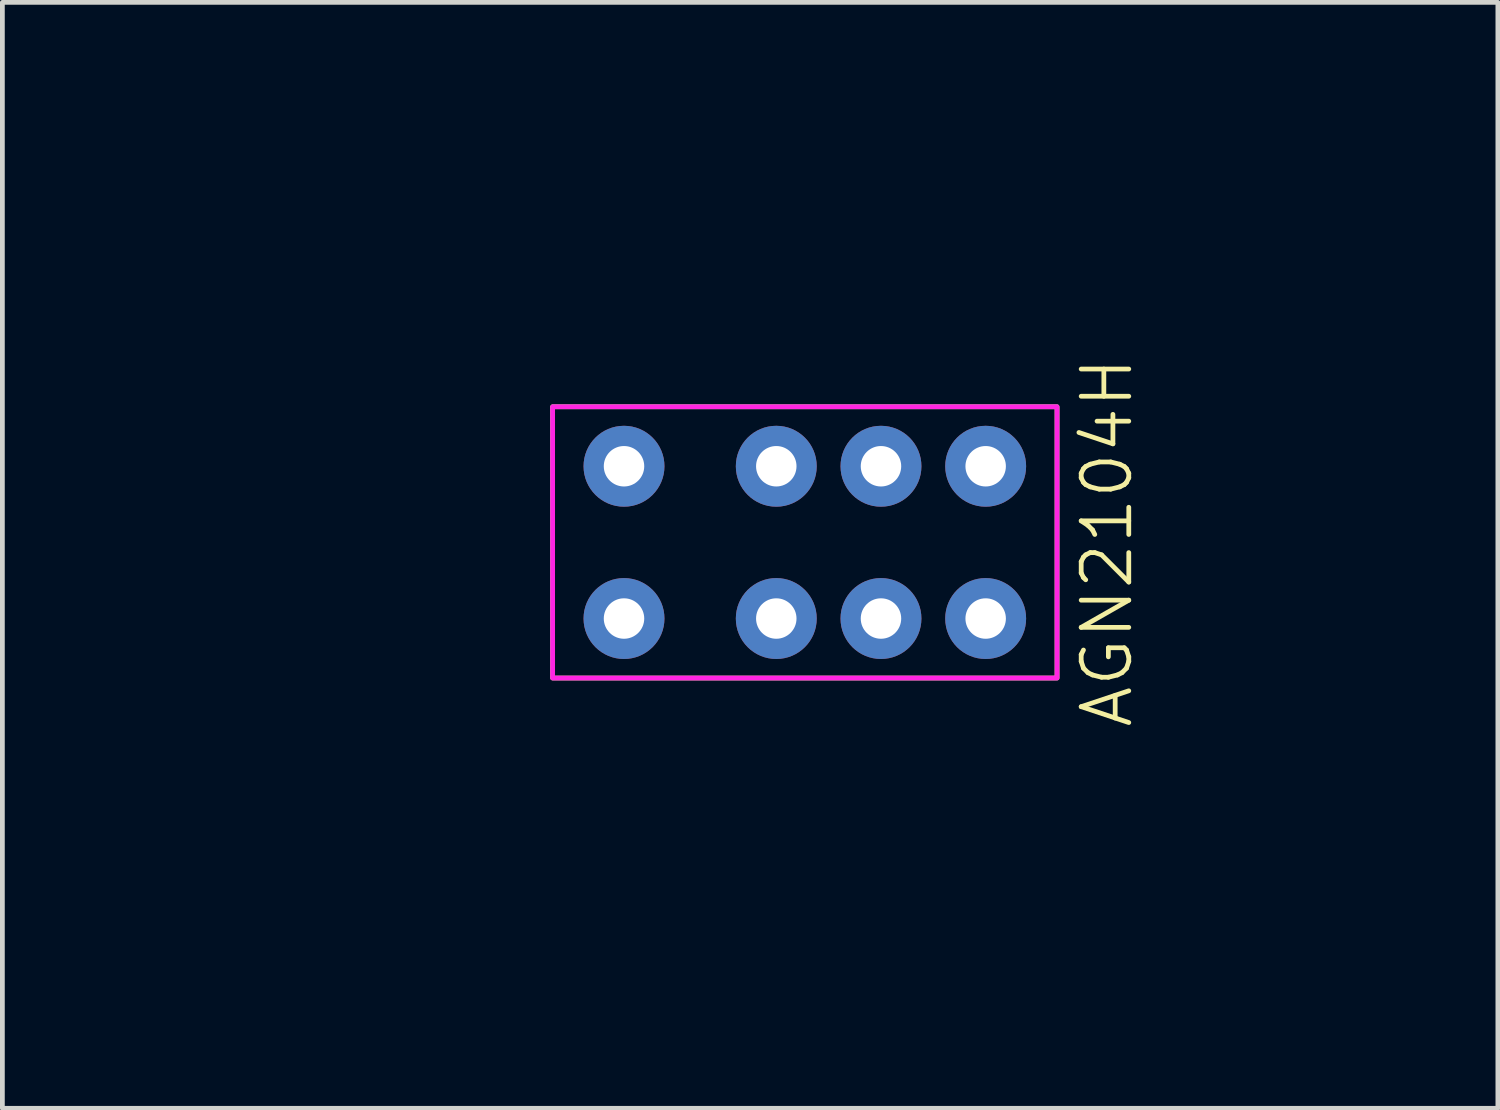
<source format=kicad_pcb>
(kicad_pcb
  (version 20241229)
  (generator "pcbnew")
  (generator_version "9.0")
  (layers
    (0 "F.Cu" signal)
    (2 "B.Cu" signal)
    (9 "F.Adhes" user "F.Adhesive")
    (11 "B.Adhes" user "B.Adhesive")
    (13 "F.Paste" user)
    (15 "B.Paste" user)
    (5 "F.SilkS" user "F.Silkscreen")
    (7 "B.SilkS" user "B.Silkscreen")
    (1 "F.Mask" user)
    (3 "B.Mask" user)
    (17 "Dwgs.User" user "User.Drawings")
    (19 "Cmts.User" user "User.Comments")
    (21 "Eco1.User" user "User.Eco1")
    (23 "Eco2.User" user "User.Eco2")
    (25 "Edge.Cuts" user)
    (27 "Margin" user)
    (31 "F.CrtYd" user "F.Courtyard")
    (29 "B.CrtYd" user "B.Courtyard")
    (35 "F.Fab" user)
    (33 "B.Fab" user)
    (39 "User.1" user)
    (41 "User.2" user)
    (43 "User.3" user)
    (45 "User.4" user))
  (footprint "AGN2104H"
    (layer "F.Cu")
    (at 13.863 8.348)
    (property "Reference" "AGN2104H" (at 6.35 0 90) (unlocked yes) (layer "F.SilkS") (effects (font (size 1 1) (thickness 0.1))))
    (attr through_hole)
    (fp_rect (start -5.3 -2.85) (end 5.3 2.85) (stroke (width 0.1) (type default)) (fill no) (layer "F.SilkS"))
    (fp_rect (start -5.3 -2.85) (end 5.3 2.85) (stroke (width 0.1) (type default)) (fill no) (layer "F.CrtYd"))
    (dimension (type orthogonal) (layer "User.3") (pts (xy 13.263 6.748) (xy 15.463 6.748)) (height -2.21) (orientation 0) (format (prefix "") (suffix "") (units 3) (units_format 1) (precision 4)) (style (thickness 0.1) (arrow_length 1.27) (text_position_mode 0) (arrow_direction outward) (extension_height 0.586) (extension_offset 0.5) (keep_text_aligned yes)) (gr_text "2.2000 mm" (at 14.363 3.388 0) (layer "User.3") (effects (font (size 1 1) (thickness 0.15)))))
    (dimension (type orthogonal) (layer "User.3") (pts (xy 15.463 9.948) (xy 17.663 9.948)) (height 6.655) (orientation 0) (format (prefix "") (suffix "") (units 3) (units_format 1) (precision 4)) (style (thickness 0.1) (arrow_length 1.27) (text_position_mode 0) (arrow_direction outward) (extension_height 0.586) (extension_offset 0.5) (keep_text_aligned yes)) (gr_text "2.2000 mm" (at 16.563 15.453 0) (layer "User.3") (effects (font (size 1 1) (thickness 0.15)))))
    (dimension (type orthogonal) (layer "User.3") (pts (xy 10.063 9.948) (xy 13.263 9.948)) (height 3.48) (orientation 0) (format (prefix "") (suffix "") (units 3) (units_format 1) (precision 4)) (style (thickness 0.1) (arrow_length 1.27) (text_position_mode 0) (arrow_direction outward) (extension_height 0.586) (extension_offset 0.5) (keep_text_aligned yes)) (gr_text "3.2000 mm" (at 11.663 12.278 0) (layer "User.3") (effects (font (size 1 1) (thickness 0.15)))))
    (dimension (type orthogonal) (layer "User.3") (pts (xy 8.563 5.498) (xy 19.163 5.498)) (height -3.5) (orientation 0) (format (prefix "") (suffix "") (units 3) (units_format 1) (precision 4)) (style (thickness 0.1) (arrow_length 1.27) (text_position_mode 0) (arrow_direction outward) (extension_height 0.586) (extension_offset 0.5) (keep_text_aligned yes)) (gr_text "10.6000 mm" (at 13.863 0.848 0) (layer "User.3") (effects (font (size 1 1) (thickness 0.15)))))
    (dimension (type orthogonal) (layer "User.3") (pts (xy 17.663 6.748) (xy 17.663 9.948)) (height 4.455) (orientation 1) (format (prefix "") (suffix "") (units 3) (units_format 1) (precision 4)) (style (thickness 0.1) (arrow_length 1.27) (text_position_mode 0) (arrow_direction outward) (extension_height 0.586) (extension_offset 0.5) (keep_text_aligned yes)) (gr_text "3.2000 mm" (at 20.968 8.348 90) (layer "User.3") (effects (font (size 1 1) (thickness 0.15)))))
    (dimension (type orthogonal) (layer "User.3") (pts (xy 8.563 11.198) (xy 8.563 5.498)) (height -2.955) (orientation 1) (format (prefix "") (suffix "") (units 3) (units_format 1) (precision 4)) (style (thickness 0.1) (arrow_length 1.27) (text_position_mode 0) (arrow_direction outward) (extension_height 0.586) (extension_offset 0.5) (keep_text_aligned yes)) (gr_text "5.7000 mm" (at 4.458 8.348 90) (layer "User.3") (effects (font (size 1 1) (thickness 0.15)))))
    (pad "1" thru_hole circle (at -3.8 1.6 180) (size 1.7 1.7) (drill 0.85) (layers "*.Cu" "*.Mask"))
    (pad "2" thru_hole circle (at -0.6 1.6 180) (size 1.7 1.7) (drill 0.85) (layers "*.Cu" "*.Mask"))
    (pad "3" thru_hole circle (at 1.6 1.6 180) (size 1.7 1.7) (drill 0.85) (layers "*.Cu" "*.Mask"))
    (pad "4" thru_hole circle (at 3.8 1.6 180) (size 1.7 1.7) (drill 0.85) (layers "*.Cu" "*.Mask"))
    (pad "5" thru_hole circle (at 3.8 -1.6 180) (size 1.7 1.7) (drill 0.85) (layers "*.Cu" "*.Mask"))
    (pad "6" thru_hole circle (at 1.6 -1.6 180) (size 1.7 1.7) (drill 0.85) (layers "*.Cu" "*.Mask"))
    (pad "7" thru_hole circle (at -0.6 -1.6 180) (size 1.7 1.7) (drill 0.85) (layers "*.Cu" "*.Mask"))
    (pad "8" thru_hole circle (at -3.8 -1.6 180) (size 1.7 1.7) (drill 0.85) (layers "*.Cu" "*.Mask")))
  (gr_rect
    (start -3 -3)
    (end 28.427 20.24)
    (stroke (width 0.1) (type default))
    (fill no)
    (layer "Edge.Cuts")))
</source>
